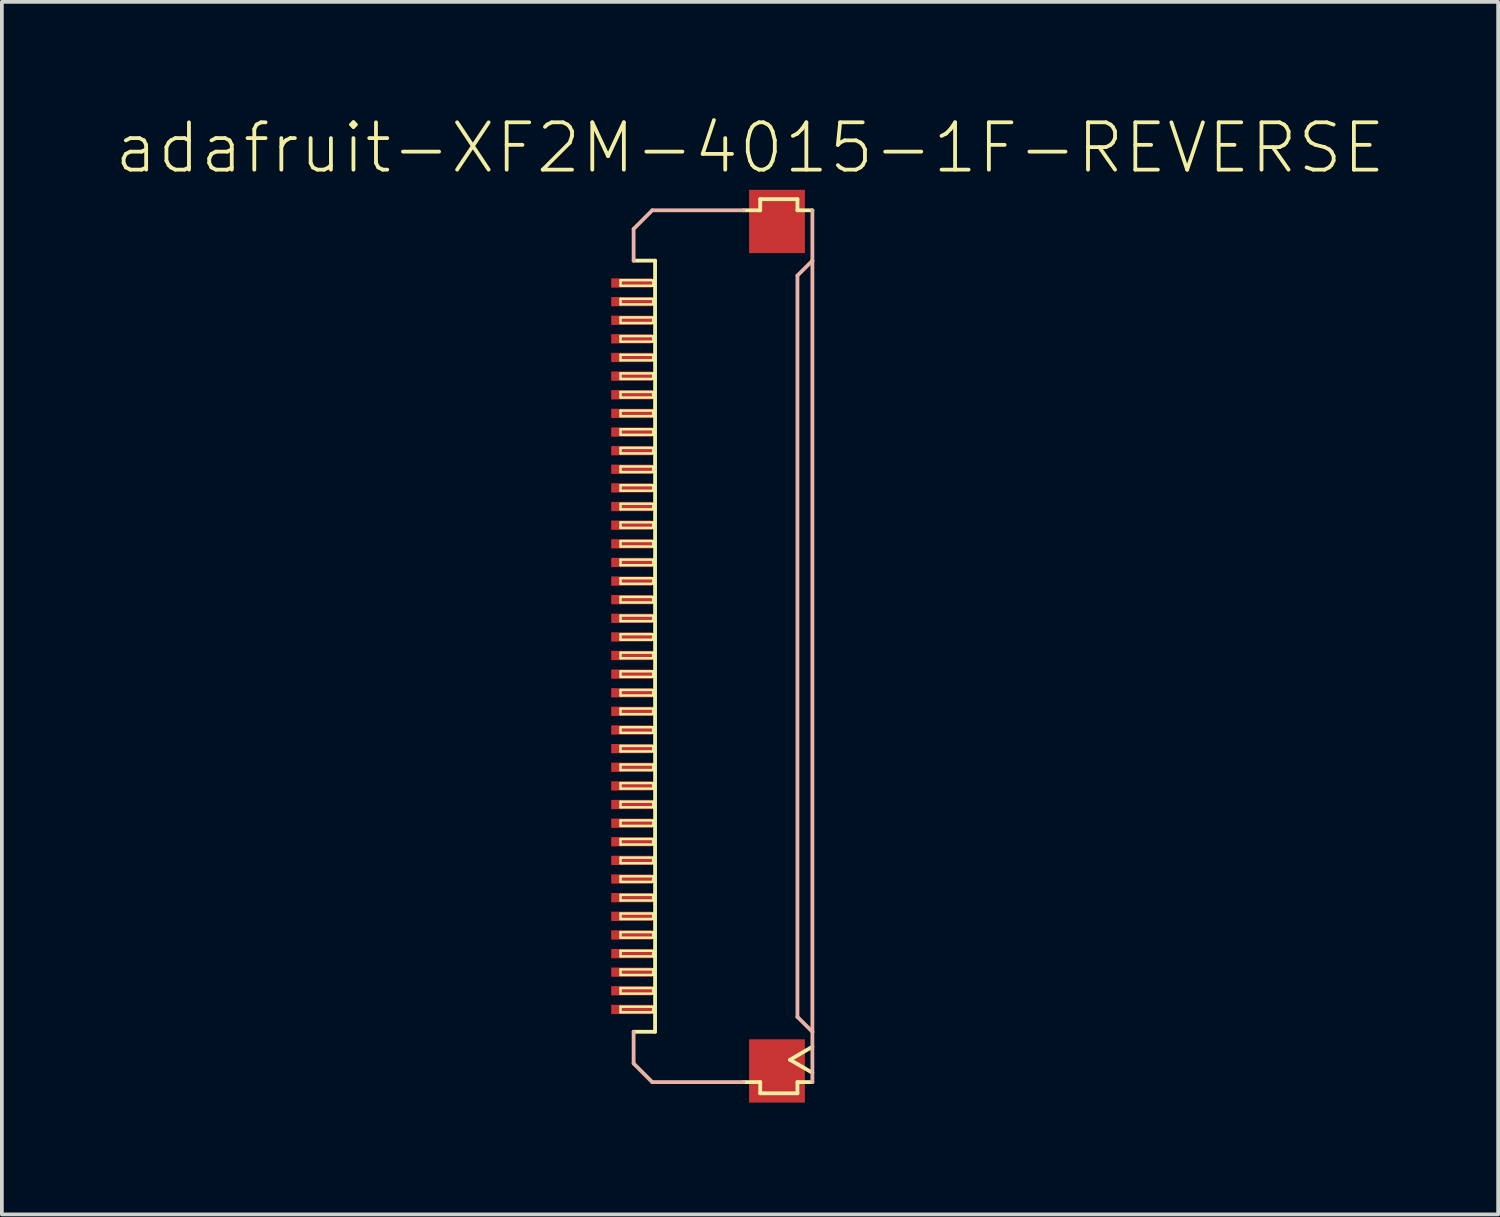
<source format=kicad_pcb>
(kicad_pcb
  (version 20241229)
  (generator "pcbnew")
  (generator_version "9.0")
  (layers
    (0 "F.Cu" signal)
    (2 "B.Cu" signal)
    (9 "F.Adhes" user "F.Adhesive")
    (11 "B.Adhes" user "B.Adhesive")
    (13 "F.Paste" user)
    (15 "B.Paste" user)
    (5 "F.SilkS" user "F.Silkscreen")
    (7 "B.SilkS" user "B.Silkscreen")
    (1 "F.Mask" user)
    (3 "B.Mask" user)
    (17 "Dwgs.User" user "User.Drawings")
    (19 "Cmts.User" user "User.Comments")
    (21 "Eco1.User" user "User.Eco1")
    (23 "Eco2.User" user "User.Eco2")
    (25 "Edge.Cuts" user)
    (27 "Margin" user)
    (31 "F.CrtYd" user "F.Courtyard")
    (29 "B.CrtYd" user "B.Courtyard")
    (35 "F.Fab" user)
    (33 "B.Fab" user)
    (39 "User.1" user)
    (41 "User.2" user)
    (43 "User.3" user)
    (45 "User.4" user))
  (footprint "adafruit-XF2M-4015-1F-REVERSE"
    (layer "F.Cu")
    (at 16.445 14.294)
    (property "Reference" "adafruit-XF2M-4015-1F-REVERSE" (at 0.635 -13.373 0) (layer "F.SilkS") (effects (font (size 1.27 1.27) (thickness 0.102))))
    (attr smd)
    (fp_line (start -2.84 -9.825) (end -1.963 -9.825) (stroke (width 0.066) (type solid)) (layer "F.SilkS"))
    (fp_line (start -2.84 -9.675) (end -2.84 -9.825) (stroke (width 0.066) (type solid)) (layer "F.SilkS"))
    (fp_line (start -2.84 -9.675) (end -1.963 -9.675) (stroke (width 0.066) (type solid)) (layer "F.SilkS"))
    (fp_line (start -2.84 -9.324) (end -1.963 -9.324) (stroke (width 0.066) (type solid)) (layer "F.SilkS"))
    (fp_line (start -2.84 -9.174) (end -2.84 -9.324) (stroke (width 0.066) (type solid)) (layer "F.SilkS"))
    (fp_line (start -2.84 -9.174) (end -1.963 -9.174) (stroke (width 0.066) (type solid)) (layer "F.SilkS"))
    (fp_line (start -2.84 -8.824) (end -1.963 -8.824) (stroke (width 0.066) (type solid)) (layer "F.SilkS"))
    (fp_line (start -2.84 -8.674) (end -2.84 -8.824) (stroke (width 0.066) (type solid)) (layer "F.SilkS"))
    (fp_line (start -2.84 -8.674) (end -1.963 -8.674) (stroke (width 0.066) (type solid)) (layer "F.SilkS"))
    (fp_line (start -2.84 -8.324) (end -1.963 -8.324) (stroke (width 0.066) (type solid)) (layer "F.SilkS"))
    (fp_line (start -2.84 -8.174) (end -2.84 -8.324) (stroke (width 0.066) (type solid)) (layer "F.SilkS"))
    (fp_line (start -2.84 -8.174) (end -1.963 -8.174) (stroke (width 0.066) (type solid)) (layer "F.SilkS"))
    (fp_line (start -2.84 -7.823) (end -1.963 -7.823) (stroke (width 0.066) (type solid)) (layer "F.SilkS"))
    (fp_line (start -2.84 -7.673) (end -2.84 -7.823) (stroke (width 0.066) (type solid)) (layer "F.SilkS"))
    (fp_line (start -2.84 -7.673) (end -1.963 -7.673) (stroke (width 0.066) (type solid)) (layer "F.SilkS"))
    (fp_line (start -2.84 -7.323) (end -1.963 -7.323) (stroke (width 0.066) (type solid)) (layer "F.SilkS"))
    (fp_line (start -2.84 -7.173) (end -2.84 -7.323) (stroke (width 0.066) (type solid)) (layer "F.SilkS"))
    (fp_line (start -2.84 -7.173) (end -1.963 -7.173) (stroke (width 0.066) (type solid)) (layer "F.SilkS"))
    (fp_line (start -2.84 -6.825) (end -1.963 -6.825) (stroke (width 0.066) (type solid)) (layer "F.SilkS"))
    (fp_line (start -2.84 -6.673) (end -2.84 -6.825) (stroke (width 0.066) (type solid)) (layer "F.SilkS"))
    (fp_line (start -2.84 -6.673) (end -1.963 -6.673) (stroke (width 0.066) (type solid)) (layer "F.SilkS"))
    (fp_line (start -2.84 -6.325) (end -1.963 -6.325) (stroke (width 0.066) (type solid)) (layer "F.SilkS"))
    (fp_line (start -2.84 -6.175) (end -2.84 -6.325) (stroke (width 0.066) (type solid)) (layer "F.SilkS"))
    (fp_line (start -2.84 -6.175) (end -1.963 -6.175) (stroke (width 0.066) (type solid)) (layer "F.SilkS"))
    (fp_line (start -2.84 -5.824) (end -1.963 -5.824) (stroke (width 0.066) (type solid)) (layer "F.SilkS"))
    (fp_line (start -2.84 -5.674) (end -2.84 -5.824) (stroke (width 0.066) (type solid)) (layer "F.SilkS"))
    (fp_line (start -2.84 -5.674) (end -1.963 -5.674) (stroke (width 0.066) (type solid)) (layer "F.SilkS"))
    (fp_line (start -2.84 -5.324) (end -1.963 -5.324) (stroke (width 0.066) (type solid)) (layer "F.SilkS"))
    (fp_line (start -2.84 -5.174) (end -2.84 -5.324) (stroke (width 0.066) (type solid)) (layer "F.SilkS"))
    (fp_line (start -2.84 -5.174) (end -1.963 -5.174) (stroke (width 0.066) (type solid)) (layer "F.SilkS"))
    (fp_line (start -2.84 -4.823) (end -1.963 -4.823) (stroke (width 0.066) (type solid)) (layer "F.SilkS"))
    (fp_line (start -2.84 -4.674) (end -2.84 -4.823) (stroke (width 0.066) (type solid)) (layer "F.SilkS"))
    (fp_line (start -2.84 -4.674) (end -1.963 -4.674) (stroke (width 0.066) (type solid)) (layer "F.SilkS"))
    (fp_line (start -2.84 -4.323) (end -1.963 -4.323) (stroke (width 0.066) (type solid)) (layer "F.SilkS"))
    (fp_line (start -2.84 -4.173) (end -2.84 -4.323) (stroke (width 0.066) (type solid)) (layer "F.SilkS"))
    (fp_line (start -2.84 -4.173) (end -1.963 -4.173) (stroke (width 0.066) (type solid)) (layer "F.SilkS"))
    (fp_line (start -2.84 -3.823) (end -1.963 -3.823) (stroke (width 0.066) (type solid)) (layer "F.SilkS"))
    (fp_line (start -2.84 -3.673) (end -2.84 -3.823) (stroke (width 0.066) (type solid)) (layer "F.SilkS"))
    (fp_line (start -2.84 -3.673) (end -1.963 -3.673) (stroke (width 0.066) (type solid)) (layer "F.SilkS"))
    (fp_line (start -2.84 -3.325) (end -1.963 -3.325) (stroke (width 0.066) (type solid)) (layer "F.SilkS"))
    (fp_line (start -2.84 -3.175) (end -2.84 -3.325) (stroke (width 0.066) (type solid)) (layer "F.SilkS"))
    (fp_line (start -2.84 -3.175) (end -1.963 -3.175) (stroke (width 0.066) (type solid)) (layer "F.SilkS"))
    (fp_line (start -2.84 -2.824) (end -1.963 -2.824) (stroke (width 0.066) (type solid)) (layer "F.SilkS"))
    (fp_line (start -2.84 -2.675) (end -2.84 -2.824) (stroke (width 0.066) (type solid)) (layer "F.SilkS"))
    (fp_line (start -2.84 -2.675) (end -1.963 -2.675) (stroke (width 0.066) (type solid)) (layer "F.SilkS"))
    (fp_line (start -2.84 -2.324) (end -1.963 -2.324) (stroke (width 0.066) (type solid)) (layer "F.SilkS"))
    (fp_line (start -2.84 -2.174) (end -2.84 -2.324) (stroke (width 0.066) (type solid)) (layer "F.SilkS"))
    (fp_line (start -2.84 -2.174) (end -1.963 -2.174) (stroke (width 0.066) (type solid)) (layer "F.SilkS"))
    (fp_line (start -2.84 -1.824) (end -1.963 -1.824) (stroke (width 0.066) (type solid)) (layer "F.SilkS"))
    (fp_line (start -2.84 -1.674) (end -2.84 -1.824) (stroke (width 0.066) (type solid)) (layer "F.SilkS"))
    (fp_line (start -2.84 -1.674) (end -1.963 -1.674) (stroke (width 0.066) (type solid)) (layer "F.SilkS"))
    (fp_line (start -2.84 -1.323) (end -1.963 -1.323) (stroke (width 0.066) (type solid)) (layer "F.SilkS"))
    (fp_line (start -2.84 -1.173) (end -2.84 -1.323) (stroke (width 0.066) (type solid)) (layer "F.SilkS"))
    (fp_line (start -2.84 -1.173) (end -1.963 -1.173) (stroke (width 0.066) (type solid)) (layer "F.SilkS"))
    (fp_line (start -2.84 -0.823) (end -1.963 -0.823) (stroke (width 0.066) (type solid)) (layer "F.SilkS"))
    (fp_line (start -2.84 -0.673) (end -2.84 -0.823) (stroke (width 0.066) (type solid)) (layer "F.SilkS"))
    (fp_line (start -2.84 -0.673) (end -1.963 -0.673) (stroke (width 0.066) (type solid)) (layer "F.SilkS"))
    (fp_line (start -2.84 -0.323) (end -1.963 -0.323) (stroke (width 0.066) (type solid)) (layer "F.SilkS"))
    (fp_line (start -2.84 -0.173) (end -2.84 -0.323) (stroke (width 0.066) (type solid)) (layer "F.SilkS"))
    (fp_line (start -2.84 -0.173) (end -1.963 -0.173) (stroke (width 0.066) (type solid)) (layer "F.SilkS"))
    (fp_line (start -2.84 0.173) (end -1.963 0.173) (stroke (width 0.066) (type solid)) (layer "F.SilkS"))
    (fp_line (start -2.84 0.323) (end -2.84 0.173) (stroke (width 0.066) (type solid)) (layer "F.SilkS"))
    (fp_line (start -2.84 0.323) (end -1.963 0.323) (stroke (width 0.066) (type solid)) (layer "F.SilkS"))
    (fp_line (start -2.84 0.673) (end -1.963 0.673) (stroke (width 0.066) (type solid)) (layer "F.SilkS"))
    (fp_line (start -2.84 0.823) (end -2.84 0.673) (stroke (width 0.066) (type solid)) (layer "F.SilkS"))
    (fp_line (start -2.84 0.823) (end -1.963 0.823) (stroke (width 0.066) (type solid)) (layer "F.SilkS"))
    (fp_line (start -2.84 1.173) (end -1.963 1.173) (stroke (width 0.066) (type solid)) (layer "F.SilkS"))
    (fp_line (start -2.84 1.323) (end -2.84 1.173) (stroke (width 0.066) (type solid)) (layer "F.SilkS"))
    (fp_line (start -2.84 1.323) (end -1.963 1.323) (stroke (width 0.066) (type solid)) (layer "F.SilkS"))
    (fp_line (start -2.84 1.674) (end -1.963 1.674) (stroke (width 0.066) (type solid)) (layer "F.SilkS"))
    (fp_line (start -2.84 1.824) (end -2.84 1.674) (stroke (width 0.066) (type solid)) (layer "F.SilkS"))
    (fp_line (start -2.84 1.824) (end -1.963 1.824) (stroke (width 0.066) (type solid)) (layer "F.SilkS"))
    (fp_line (start -2.84 2.174) (end -1.963 2.174) (stroke (width 0.066) (type solid)) (layer "F.SilkS"))
    (fp_line (start -2.84 2.324) (end -2.84 2.174) (stroke (width 0.066) (type solid)) (layer "F.SilkS"))
    (fp_line (start -2.84 2.324) (end -1.963 2.324) (stroke (width 0.066) (type solid)) (layer "F.SilkS"))
    (fp_line (start -2.84 2.675) (end -1.963 2.675) (stroke (width 0.066) (type solid)) (layer "F.SilkS"))
    (fp_line (start -2.84 2.824) (end -2.84 2.675) (stroke (width 0.066) (type solid)) (layer "F.SilkS"))
    (fp_line (start -2.84 2.824) (end -1.963 2.824) (stroke (width 0.066) (type solid)) (layer "F.SilkS"))
    (fp_line (start -2.84 3.175) (end -1.963 3.175) (stroke (width 0.066) (type solid)) (layer "F.SilkS"))
    (fp_line (start -2.84 3.325) (end -2.84 3.175) (stroke (width 0.066) (type solid)) (layer "F.SilkS"))
    (fp_line (start -2.84 3.325) (end -1.963 3.325) (stroke (width 0.066) (type solid)) (layer "F.SilkS"))
    (fp_line (start -2.84 3.673) (end -1.963 3.673) (stroke (width 0.066) (type solid)) (layer "F.SilkS"))
    (fp_line (start -2.84 3.823) (end -2.84 3.673) (stroke (width 0.066) (type solid)) (layer "F.SilkS"))
    (fp_line (start -2.84 3.823) (end -1.963 3.823) (stroke (width 0.066) (type solid)) (layer "F.SilkS"))
    (fp_line (start -2.84 4.173) (end -1.963 4.173) (stroke (width 0.066) (type solid)) (layer "F.SilkS"))
    (fp_line (start -2.84 4.323) (end -2.84 4.173) (stroke (width 0.066) (type solid)) (layer "F.SilkS"))
    (fp_line (start -2.84 4.323) (end -1.963 4.323) (stroke (width 0.066) (type solid)) (layer "F.SilkS"))
    (fp_line (start -2.84 4.674) (end -1.963 4.674) (stroke (width 0.066) (type solid)) (layer "F.SilkS"))
    (fp_line (start -2.84 4.823) (end -2.84 4.674) (stroke (width 0.066) (type solid)) (layer "F.SilkS"))
    (fp_line (start -2.84 4.823) (end -1.963 4.823) (stroke (width 0.066) (type solid)) (layer "F.SilkS"))
    (fp_line (start -2.84 5.174) (end -1.963 5.174) (stroke (width 0.066) (type solid)) (layer "F.SilkS"))
    (fp_line (start -2.84 5.324) (end -2.84 5.174) (stroke (width 0.066) (type solid)) (layer "F.SilkS"))
    (fp_line (start -2.84 5.324) (end -1.963 5.324) (stroke (width 0.066) (type solid)) (layer "F.SilkS"))
    (fp_line (start -2.84 5.674) (end -1.963 5.674) (stroke (width 0.066) (type solid)) (layer "F.SilkS"))
    (fp_line (start -2.84 5.824) (end -2.84 5.674) (stroke (width 0.066) (type solid)) (layer "F.SilkS"))
    (fp_line (start -2.84 5.824) (end -1.963 5.824) (stroke (width 0.066) (type solid)) (layer "F.SilkS"))
    (fp_line (start -2.84 6.175) (end -1.963 6.175) (stroke (width 0.066) (type solid)) (layer "F.SilkS"))
    (fp_line (start -2.84 6.325) (end -2.84 6.175) (stroke (width 0.066) (type solid)) (layer "F.SilkS"))
    (fp_line (start -2.84 6.325) (end -1.963 6.325) (stroke (width 0.066) (type solid)) (layer "F.SilkS"))
    (fp_line (start -2.84 6.673) (end -1.963 6.673) (stroke (width 0.066) (type solid)) (layer "F.SilkS"))
    (fp_line (start -2.84 6.825) (end -2.84 6.673) (stroke (width 0.066) (type solid)) (layer "F.SilkS"))
    (fp_line (start -2.84 6.825) (end -1.963 6.825) (stroke (width 0.066) (type solid)) (layer "F.SilkS"))
    (fp_line (start -2.84 7.173) (end -1.963 7.173) (stroke (width 0.066) (type solid)) (layer "F.SilkS"))
    (fp_line (start -2.84 7.323) (end -2.84 7.173) (stroke (width 0.066) (type solid)) (layer "F.SilkS"))
    (fp_line (start -2.84 7.323) (end -1.963 7.323) (stroke (width 0.066) (type solid)) (layer "F.SilkS"))
    (fp_line (start -2.84 7.673) (end -1.963 7.673) (stroke (width 0.066) (type solid)) (layer "F.SilkS"))
    (fp_line (start -2.84 7.823) (end -2.84 7.673) (stroke (width 0.066) (type solid)) (layer "F.SilkS"))
    (fp_line (start -2.84 7.823) (end -1.963 7.823) (stroke (width 0.066) (type solid)) (layer "F.SilkS"))
    (fp_line (start -2.84 8.174) (end -1.963 8.174) (stroke (width 0.066) (type solid)) (layer "F.SilkS"))
    (fp_line (start -2.84 8.324) (end -2.84 8.174) (stroke (width 0.066) (type solid)) (layer "F.SilkS"))
    (fp_line (start -2.84 8.324) (end -1.963 8.324) (stroke (width 0.066) (type solid)) (layer "F.SilkS"))
    (fp_line (start -2.84 8.674) (end -1.963 8.674) (stroke (width 0.066) (type solid)) (layer "F.SilkS"))
    (fp_line (start -2.84 8.824) (end -2.84 8.674) (stroke (width 0.066) (type solid)) (layer "F.SilkS"))
    (fp_line (start -2.84 8.824) (end -1.963 8.824) (stroke (width 0.066) (type solid)) (layer "F.SilkS"))
    (fp_line (start -2.84 9.174) (end -1.963 9.174) (stroke (width 0.066) (type solid)) (layer "F.SilkS"))
    (fp_line (start -2.84 9.324) (end -2.84 9.174) (stroke (width 0.066) (type solid)) (layer "F.SilkS"))
    (fp_line (start -2.84 9.324) (end -1.963 9.324) (stroke (width 0.066) (type solid)) (layer "F.SilkS"))
    (fp_line (start -2.84 9.675) (end -1.963 9.675) (stroke (width 0.066) (type solid)) (layer "F.SilkS"))
    (fp_line (start -2.84 9.825) (end -2.84 9.675) (stroke (width 0.066) (type solid)) (layer "F.SilkS"))
    (fp_line (start -2.84 9.825) (end -1.963 9.825) (stroke (width 0.066) (type solid)) (layer "F.SilkS"))
    (fp_line (start -2.489 10.348) (end -1.913 10.348) (stroke (width 0.102) (type solid)) (layer "F.SilkS"))
    (fp_line (start -1.963 -9.675) (end -1.963 -9.825) (stroke (width 0.066) (type solid)) (layer "F.SilkS"))
    (fp_line (start -1.963 -9.174) (end -1.963 -9.324) (stroke (width 0.066) (type solid)) (layer "F.SilkS"))
    (fp_line (start -1.963 -8.674) (end -1.963 -8.824) (stroke (width 0.066) (type solid)) (layer "F.SilkS"))
    (fp_line (start -1.963 -8.174) (end -1.963 -8.324) (stroke (width 0.066) (type solid)) (layer "F.SilkS"))
    (fp_line (start -1.963 -7.673) (end -1.963 -7.823) (stroke (width 0.066) (type solid)) (layer "F.SilkS"))
    (fp_line (start -1.963 -7.173) (end -1.963 -7.323) (stroke (width 0.066) (type solid)) (layer "F.SilkS"))
    (fp_line (start -1.963 -6.673) (end -1.963 -6.825) (stroke (width 0.066) (type solid)) (layer "F.SilkS"))
    (fp_line (start -1.963 -6.175) (end -1.963 -6.325) (stroke (width 0.066) (type solid)) (layer "F.SilkS"))
    (fp_line (start -1.963 -5.674) (end -1.963 -5.824) (stroke (width 0.066) (type solid)) (layer "F.SilkS"))
    (fp_line (start -1.963 -5.174) (end -1.963 -5.324) (stroke (width 0.066) (type solid)) (layer "F.SilkS"))
    (fp_line (start -1.963 -4.674) (end -1.963 -4.823) (stroke (width 0.066) (type solid)) (layer "F.SilkS"))
    (fp_line (start -1.963 -4.173) (end -1.963 -4.323) (stroke (width 0.066) (type solid)) (layer "F.SilkS"))
    (fp_line (start -1.963 -3.673) (end -1.963 -3.823) (stroke (width 0.066) (type solid)) (layer "F.SilkS"))
    (fp_line (start -1.963 -3.175) (end -1.963 -3.325) (stroke (width 0.066) (type solid)) (layer "F.SilkS"))
    (fp_line (start -1.963 -2.675) (end -1.963 -2.824) (stroke (width 0.066) (type solid)) (layer "F.SilkS"))
    (fp_line (start -1.963 -2.174) (end -1.963 -2.324) (stroke (width 0.066) (type solid)) (layer "F.SilkS"))
    (fp_line (start -1.963 -1.674) (end -1.963 -1.824) (stroke (width 0.066) (type solid)) (layer "F.SilkS"))
    (fp_line (start -1.963 -1.173) (end -1.963 -1.323) (stroke (width 0.066) (type solid)) (layer "F.SilkS"))
    (fp_line (start -1.963 -0.673) (end -1.963 -0.823) (stroke (width 0.066) (type solid)) (layer "F.SilkS"))
    (fp_line (start -1.963 -0.173) (end -1.963 -0.323) (stroke (width 0.066) (type solid)) (layer "F.SilkS"))
    (fp_line (start -1.963 0.323) (end -1.963 0.173) (stroke (width 0.066) (type solid)) (layer "F.SilkS"))
    (fp_line (start -1.963 0.823) (end -1.963 0.673) (stroke (width 0.066) (type solid)) (layer "F.SilkS"))
    (fp_line (start -1.963 1.323) (end -1.963 1.173) (stroke (width 0.066) (type solid)) (layer "F.SilkS"))
    (fp_line (start -1.963 1.824) (end -1.963 1.674) (stroke (width 0.066) (type solid)) (layer "F.SilkS"))
    (fp_line (start -1.963 2.324) (end -1.963 2.174) (stroke (width 0.066) (type solid)) (layer "F.SilkS"))
    (fp_line (start -1.963 2.824) (end -1.963 2.675) (stroke (width 0.066) (type solid)) (layer "F.SilkS"))
    (fp_line (start -1.963 3.325) (end -1.963 3.175) (stroke (width 0.066) (type solid)) (layer "F.SilkS"))
    (fp_line (start -1.963 3.823) (end -1.963 3.673) (stroke (width 0.066) (type solid)) (layer "F.SilkS"))
    (fp_line (start -1.963 4.323) (end -1.963 4.173) (stroke (width 0.066) (type solid)) (layer "F.SilkS"))
    (fp_line (start -1.963 4.823) (end -1.963 4.674) (stroke (width 0.066) (type solid)) (layer "F.SilkS"))
    (fp_line (start -1.963 5.324) (end -1.963 5.174) (stroke (width 0.066) (type solid)) (layer "F.SilkS"))
    (fp_line (start -1.963 5.824) (end -1.963 5.674) (stroke (width 0.066) (type solid)) (layer "F.SilkS"))
    (fp_line (start -1.963 6.325) (end -1.963 6.175) (stroke (width 0.066) (type solid)) (layer "F.SilkS"))
    (fp_line (start -1.963 6.825) (end -1.963 6.673) (stroke (width 0.066) (type solid)) (layer "F.SilkS"))
    (fp_line (start -1.963 7.323) (end -1.963 7.173) (stroke (width 0.066) (type solid)) (layer "F.SilkS"))
    (fp_line (start -1.963 7.823) (end -1.963 7.673) (stroke (width 0.066) (type solid)) (layer "F.SilkS"))
    (fp_line (start -1.963 8.324) (end -1.963 8.174) (stroke (width 0.066) (type solid)) (layer "F.SilkS"))
    (fp_line (start -1.963 8.824) (end -1.963 8.674) (stroke (width 0.066) (type solid)) (layer "F.SilkS"))
    (fp_line (start -1.963 9.324) (end -1.963 9.174) (stroke (width 0.066) (type solid)) (layer "F.SilkS"))
    (fp_line (start -1.963 9.825) (end -1.963 9.675) (stroke (width 0.066) (type solid)) (layer "F.SilkS"))
    (fp_line (start -1.913 -10.348) (end -2.489 -10.348) (stroke (width 0.102) (type solid)) (layer "F.SilkS"))
    (fp_line (start -1.913 10.348) (end -1.913 -10.348) (stroke (width 0.102) (type solid)) (layer "F.SilkS"))
    (fp_line (start 0.46 -11.699) (end 0.909 -11.699) (stroke (width 0.102) (type solid)) (layer "F.SilkS"))
    (fp_line (start 0.909 -11.999) (end 1.908 -11.999) (stroke (width 0.102) (type solid)) (layer "F.SilkS"))
    (fp_line (start 0.909 -11.699) (end 0.909 -11.999) (stroke (width 0.102) (type solid)) (layer "F.SilkS"))
    (fp_line (start 0.909 11.699) (end 0.46 11.699) (stroke (width 0.102) (type solid)) (layer "F.SilkS"))
    (fp_line (start 0.909 11.999) (end 0.909 11.699) (stroke (width 0.102) (type solid)) (layer "F.SilkS"))
    (fp_line (start 1.709 11.1) (end 2.309 10.749) (stroke (width 0.102) (type solid)) (layer "F.SilkS"))
    (fp_line (start 1.908 -11.999) (end 1.908 -11.699) (stroke (width 0.102) (type solid)) (layer "F.SilkS"))
    (fp_line (start 1.908 -11.699) (end 2.309 -11.699) (stroke (width 0.102) (type solid)) (layer "F.SilkS"))
    (fp_line (start 1.908 11.699) (end 1.908 11.999) (stroke (width 0.102) (type solid)) (layer "F.SilkS"))
    (fp_line (start 1.908 11.999) (end 0.909 11.999) (stroke (width 0.102) (type solid)) (layer "F.SilkS"))
    (fp_line (start 2.309 11.448) (end 1.709 11.1) (stroke (width 0.102) (type solid)) (layer "F.SilkS"))
    (fp_line (start 2.309 11.699) (end 1.908 11.699) (stroke (width 0.102) (type solid)) (layer "F.SilkS"))
    (fp_line (start -2.489 -11.199) (end -1.989 -11.699) (stroke (width 0.102) (type solid)) (layer "B.SilkS"))
    (fp_line (start -2.489 -10.348) (end -2.489 -11.199) (stroke (width 0.102) (type solid)) (layer "B.SilkS"))
    (fp_line (start -2.489 10.348) (end -2.489 11.199) (stroke (width 0.102) (type solid)) (layer "B.SilkS"))
    (fp_line (start -2.489 11.199) (end -1.989 11.699) (stroke (width 0.102) (type solid)) (layer "B.SilkS"))
    (fp_line (start -1.989 -11.699) (end 0.46 -11.699) (stroke (width 0.102) (type solid)) (layer "B.SilkS"))
    (fp_line (start -1.989 11.699) (end 0.46 11.699) (stroke (width 0.102) (type solid)) (layer "B.SilkS"))
    (fp_line (start 1.908 -9.949) (end 1.908 9.949) (stroke (width 0.102) (type solid)) (layer "B.SilkS"))
    (fp_line (start 1.908 9.949) (end 2.309 10.348) (stroke (width 0.102) (type solid)) (layer "B.SilkS"))
    (fp_line (start 2.309 -11.699) (end 2.309 -10.348) (stroke (width 0.102) (type solid)) (layer "B.SilkS"))
    (fp_line (start 2.309 -10.348) (end 1.908 -9.949) (stroke (width 0.102) (type solid)) (layer "B.SilkS"))
    (fp_line (start 2.309 10.348) (end 2.309 -10.348) (stroke (width 0.102) (type solid)) (layer "B.SilkS"))
    (fp_line (start 2.309 10.348) (end 2.309 11.699) (stroke (width 0.102) (type solid)) (layer "B.SilkS"))
    (pad "1" smd rect (at -2.54 -9.749) (size 1.1 0.249) (layers "F.Cu" "F.Mask" "F.Paste"))
    (pad "2" smd rect (at -2.54 -9.248) (size 1.1 0.249) (layers "F.Cu" "F.Mask" "F.Paste"))
    (pad "3" smd rect (at -2.54 -8.748) (size 1.1 0.249) (layers "F.Cu" "F.Mask" "F.Paste"))
    (pad "4" smd rect (at -2.54 -8.25) (size 1.1 0.249) (layers "F.Cu" "F.Mask" "F.Paste"))
    (pad "5" smd rect (at -2.54 -7.75) (size 1.1 0.249) (layers "F.Cu" "F.Mask" "F.Paste"))
    (pad "6" smd rect (at -2.54 -7.249) (size 1.1 0.249) (layers "F.Cu" "F.Mask" "F.Paste"))
    (pad "7" smd rect (at -2.54 -6.749) (size 1.1 0.249) (layers "F.Cu" "F.Mask" "F.Paste"))
    (pad "8" smd rect (at -2.54 -6.248) (size 1.1 0.249) (layers "F.Cu" "F.Mask" "F.Paste"))
    (pad "9" smd rect (at -2.54 -5.748) (size 1.1 0.249) (layers "F.Cu" "F.Mask" "F.Paste"))
    (pad "10" smd rect (at -2.54 -5.248) (size 1.1 0.249) (layers "F.Cu" "F.Mask" "F.Paste"))
    (pad "11" smd rect (at -2.54 -4.75) (size 1.1 0.249) (layers "F.Cu" "F.Mask" "F.Paste"))
    (pad "12" smd rect (at -2.54 -4.249) (size 1.1 0.249) (layers "F.Cu" "F.Mask" "F.Paste"))
    (pad "13" smd rect (at -2.54 -3.749) (size 1.1 0.249) (layers "F.Cu" "F.Mask" "F.Paste"))
    (pad "14" smd rect (at -2.54 -3.249) (size 1.1 0.249) (layers "F.Cu" "F.Mask" "F.Paste"))
    (pad "15" smd rect (at -2.54 -2.748) (size 1.1 0.249) (layers "F.Cu" "F.Mask" "F.Paste"))
    (pad "16" smd rect (at -2.54 -2.248) (size 1.1 0.249) (layers "F.Cu" "F.Mask" "F.Paste"))
    (pad "17" smd rect (at -2.54 -1.748) (size 1.1 0.249) (layers "F.Cu" "F.Mask" "F.Paste"))
    (pad "18" smd rect (at -2.54 -1.25) (size 1.1 0.249) (layers "F.Cu" "F.Mask" "F.Paste"))
    (pad "19" smd rect (at -2.54 -0.749) (size 1.1 0.249) (layers "F.Cu" "F.Mask" "F.Paste"))
    (pad "20" smd rect (at -2.54 -0.249) (size 1.1 0.249) (layers "F.Cu" "F.Mask" "F.Paste"))
    (pad "21" smd rect (at -2.54 0.249) (size 1.1 0.249) (layers "F.Cu" "F.Mask" "F.Paste"))
    (pad "22" smd rect (at -2.54 0.749) (size 1.1 0.249) (layers "F.Cu" "F.Mask" "F.Paste"))
    (pad "23" smd rect (at -2.54 1.25) (size 1.1 0.249) (layers "F.Cu" "F.Mask" "F.Paste"))
    (pad "24" smd rect (at -2.54 1.748) (size 1.1 0.249) (layers "F.Cu" "F.Mask" "F.Paste"))
    (pad "25" smd rect (at -2.54 2.248) (size 1.1 0.249) (layers "F.Cu" "F.Mask" "F.Paste"))
    (pad "26" smd rect (at -2.54 2.748) (size 1.1 0.249) (layers "F.Cu" "F.Mask" "F.Paste"))
    (pad "27" smd rect (at -2.54 3.249) (size 1.1 0.249) (layers "F.Cu" "F.Mask" "F.Paste"))
    (pad "28" smd rect (at -2.54 3.749) (size 1.1 0.249) (layers "F.Cu" "F.Mask" "F.Paste"))
    (pad "29" smd rect (at -2.54 4.249) (size 1.1 0.249) (layers "F.Cu" "F.Mask" "F.Paste"))
    (pad "30" smd rect (at -2.54 4.75) (size 1.1 0.249) (layers "F.Cu" "F.Mask" "F.Paste"))
    (pad "31" smd rect (at -2.54 5.248) (size 1.1 0.249) (layers "F.Cu" "F.Mask" "F.Paste"))
    (pad "32" smd rect (at -2.54 5.748) (size 1.1 0.249) (layers "F.Cu" "F.Mask" "F.Paste"))
    (pad "33" smd rect (at -2.54 6.248) (size 1.1 0.249) (layers "F.Cu" "F.Mask" "F.Paste"))
    (pad "34" smd rect (at -2.54 6.749) (size 1.1 0.249) (layers "F.Cu" "F.Mask" "F.Paste"))
    (pad "35" smd rect (at -2.54 7.249) (size 1.1 0.249) (layers "F.Cu" "F.Mask" "F.Paste"))
    (pad "36" smd rect (at -2.54 7.75) (size 1.1 0.249) (layers "F.Cu" "F.Mask" "F.Paste"))
    (pad "37" smd rect (at -2.54 8.25) (size 1.1 0.249) (layers "F.Cu" "F.Mask" "F.Paste"))
    (pad "38" smd rect (at -2.54 8.748) (size 1.1 0.249) (layers "F.Cu" "F.Mask" "F.Paste"))
    (pad "39" smd rect (at -2.54 9.248) (size 1.1 0.249) (layers "F.Cu" "F.Mask" "F.Paste"))
    (pad "40" smd rect (at -2.54 9.749) (size 1.1 0.249) (layers "F.Cu" "F.Mask" "F.Paste"))
    (pad "M1" smd rect (at 1.359 -11.4) (size 1.499 1.699) (layers "F.Cu" "F.Mask" "F.Paste"))
    (pad "M2" smd rect (at 1.359 11.4) (size 1.499 1.699) (layers "F.Cu" "F.Mask" "F.Paste")))
  (gr_rect
    (start -3 -3)
    (end 37.159 29.544)
    (stroke (width 0.1) (type default))
    (fill no)
    (layer "Edge.Cuts")))
</source>
